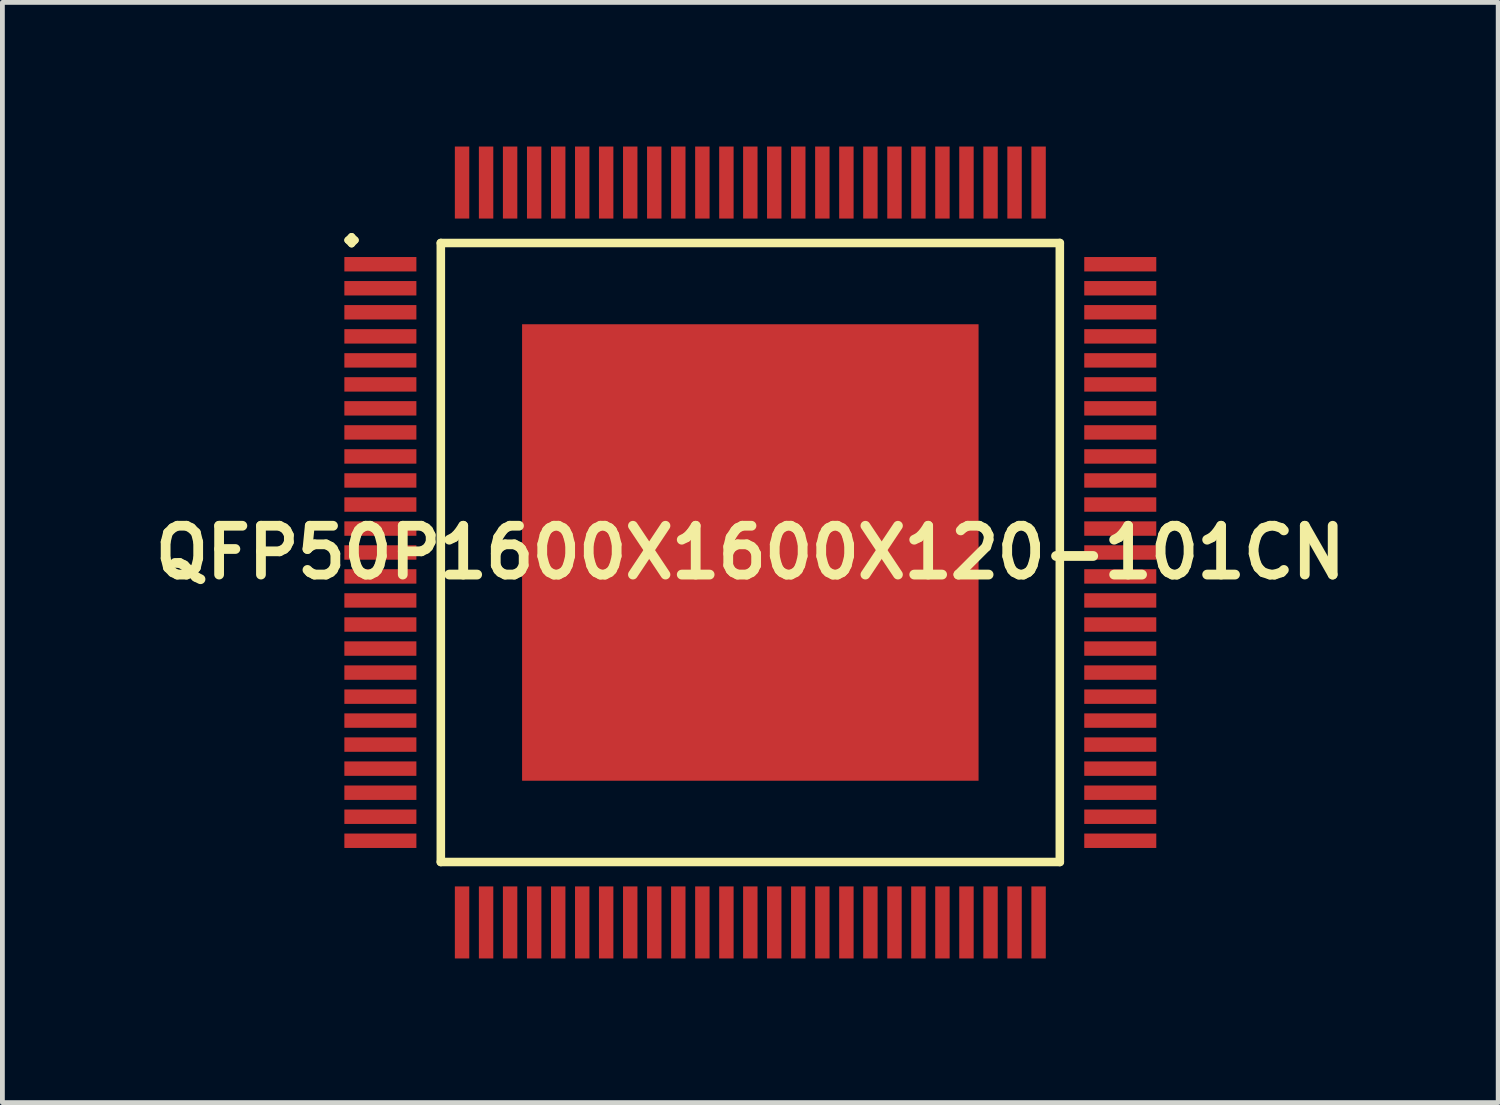
<source format=kicad_pcb>
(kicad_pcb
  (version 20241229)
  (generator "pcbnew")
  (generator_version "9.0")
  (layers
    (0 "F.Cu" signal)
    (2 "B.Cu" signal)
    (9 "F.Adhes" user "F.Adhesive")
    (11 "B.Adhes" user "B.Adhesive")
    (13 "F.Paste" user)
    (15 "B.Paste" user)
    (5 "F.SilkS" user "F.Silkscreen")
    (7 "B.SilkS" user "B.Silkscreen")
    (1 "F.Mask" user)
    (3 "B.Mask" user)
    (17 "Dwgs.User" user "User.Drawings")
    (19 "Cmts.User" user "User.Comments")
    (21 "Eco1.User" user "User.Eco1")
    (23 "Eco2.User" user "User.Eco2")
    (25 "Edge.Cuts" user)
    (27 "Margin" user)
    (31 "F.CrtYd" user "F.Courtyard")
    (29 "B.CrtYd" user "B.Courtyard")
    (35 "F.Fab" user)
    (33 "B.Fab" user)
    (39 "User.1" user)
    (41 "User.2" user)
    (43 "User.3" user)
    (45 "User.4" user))
  (footprint "QFP50P1600X1600X120-101CN"
    (layer "F.Cu")
    (at 12.565 8.448)
    (property "Reference" "QFP50P1600X1600X120-101CN" (at 0 0 0) (layer "F.SilkS") (effects (font (size 1.016 1.016) (thickness 0.203))))
    (attr smd)
    (fp_line (start -8.374 -6.5) (end -8.298 -6.574) (stroke (width 0.15) (type solid)) (layer "F.SilkS"))
    (fp_line (start -8.298 -6.574) (end -8.225 -6.5) (stroke (width 0.15) (type solid)) (layer "F.SilkS"))
    (fp_line (start -8.298 -6.424) (end -8.374 -6.5) (stroke (width 0.15) (type solid)) (layer "F.SilkS"))
    (fp_line (start -8.225 -6.5) (end -8.298 -6.424) (stroke (width 0.15) (type solid)) (layer "F.SilkS"))
    (fp_line (start -6.441 -6.441) (end -6.441 6.441) (stroke (width 0.178) (type solid)) (layer "F.SilkS"))
    (fp_line (start -6.441 6.441) (end 6.441 6.441) (stroke (width 0.178) (type solid)) (layer "F.SilkS"))
    (fp_line (start 6.441 -6.441) (end -6.441 -6.441) (stroke (width 0.178) (type solid)) (layer "F.SilkS"))
    (fp_line (start 6.441 6.441) (end 6.441 -6.441) (stroke (width 0.178) (type solid)) (layer "F.SilkS"))
    (pad "1" smd rect (at -7.699 -5.999) (size 1.499 0.3) (layers "F.Cu" "F.Mask" "F.Paste"))
    (pad "2" smd rect (at -7.699 -5.499) (size 1.499 0.3) (layers "F.Cu" "F.Mask" "F.Paste"))
    (pad "3" smd rect (at -7.699 -4.999) (size 1.499 0.3) (layers "F.Cu" "F.Mask" "F.Paste"))
    (pad "4" smd rect (at -7.699 -4.498) (size 1.499 0.3) (layers "F.Cu" "F.Mask" "F.Paste"))
    (pad "5" smd rect (at -7.699 -3.998) (size 1.499 0.3) (layers "F.Cu" "F.Mask" "F.Paste"))
    (pad "6" smd rect (at -7.699 -3.498) (size 1.499 0.3) (layers "F.Cu" "F.Mask" "F.Paste"))
    (pad "7" smd rect (at -7.699 -3) (size 1.499 0.3) (layers "F.Cu" "F.Mask" "F.Paste"))
    (pad "8" smd rect (at -7.699 -2.499) (size 1.499 0.3) (layers "F.Cu" "F.Mask" "F.Paste"))
    (pad "9" smd rect (at -7.699 -1.999) (size 1.499 0.3) (layers "F.Cu" "F.Mask" "F.Paste"))
    (pad "10" smd rect (at -7.699 -1.499) (size 1.499 0.3) (layers "F.Cu" "F.Mask" "F.Paste"))
    (pad "11" smd rect (at -7.699 -0.998) (size 1.499 0.3) (layers "F.Cu" "F.Mask" "F.Paste"))
    (pad "12" smd rect (at -7.699 -0.498) (size 1.499 0.3) (layers "F.Cu" "F.Mask" "F.Paste"))
    (pad "13" smd rect (at -7.699 0) (size 1.499 0.3) (layers "F.Cu" "F.Mask" "F.Paste"))
    (pad "14" smd rect (at -7.699 0.498) (size 1.499 0.3) (layers "F.Cu" "F.Mask" "F.Paste"))
    (pad "15" smd rect (at -7.699 0.998) (size 1.499 0.3) (layers "F.Cu" "F.Mask" "F.Paste"))
    (pad "16" smd rect (at -7.699 1.499) (size 1.499 0.3) (layers "F.Cu" "F.Mask" "F.Paste"))
    (pad "17" smd rect (at -7.699 1.999) (size 1.499 0.3) (layers "F.Cu" "F.Mask" "F.Paste"))
    (pad "18" smd rect (at -7.699 2.499) (size 1.499 0.3) (layers "F.Cu" "F.Mask" "F.Paste"))
    (pad "19" smd rect (at -7.699 3) (size 1.499 0.3) (layers "F.Cu" "F.Mask" "F.Paste"))
    (pad "20" smd rect (at -7.699 3.498) (size 1.499 0.3) (layers "F.Cu" "F.Mask" "F.Paste"))
    (pad "21" smd rect (at -7.699 3.998) (size 1.499 0.3) (layers "F.Cu" "F.Mask" "F.Paste"))
    (pad "22" smd rect (at -7.699 4.498) (size 1.499 0.3) (layers "F.Cu" "F.Mask" "F.Paste"))
    (pad "23" smd rect (at -7.699 4.999) (size 1.499 0.3) (layers "F.Cu" "F.Mask" "F.Paste"))
    (pad "24" smd rect (at -7.699 5.499) (size 1.499 0.3) (layers "F.Cu" "F.Mask" "F.Paste"))
    (pad "25" smd rect (at -7.699 5.999) (size 1.499 0.3) (layers "F.Cu" "F.Mask" "F.Paste"))
    (pad "26" smd rect (at -5.999 7.699) (size 0.3 1.499) (layers "F.Cu" "F.Mask" "F.Paste"))
    (pad "27" smd rect (at -5.499 7.699) (size 0.3 1.499) (layers "F.Cu" "F.Mask" "F.Paste"))
    (pad "28" smd rect (at -4.999 7.699) (size 0.3 1.499) (layers "F.Cu" "F.Mask" "F.Paste"))
    (pad "29" smd rect (at -4.498 7.699) (size 0.3 1.499) (layers "F.Cu" "F.Mask" "F.Paste"))
    (pad "30" smd rect (at -3.998 7.699) (size 0.3 1.499) (layers "F.Cu" "F.Mask" "F.Paste"))
    (pad "31" smd rect (at -3.498 7.699) (size 0.3 1.499) (layers "F.Cu" "F.Mask" "F.Paste"))
    (pad "32" smd rect (at -3 7.699) (size 0.3 1.499) (layers "F.Cu" "F.Mask" "F.Paste"))
    (pad "33" smd rect (at -2.499 7.699) (size 0.3 1.499) (layers "F.Cu" "F.Mask" "F.Paste"))
    (pad "34" smd rect (at -1.999 7.699) (size 0.3 1.499) (layers "F.Cu" "F.Mask" "F.Paste"))
    (pad "35" smd rect (at -1.499 7.699) (size 0.3 1.499) (layers "F.Cu" "F.Mask" "F.Paste"))
    (pad "36" smd rect (at -0.998 7.699) (size 0.3 1.499) (layers "F.Cu" "F.Mask" "F.Paste"))
    (pad "37" smd rect (at -0.498 7.699) (size 0.3 1.499) (layers "F.Cu" "F.Mask" "F.Paste"))
    (pad "38" smd rect (at 0 7.699) (size 0.3 1.499) (layers "F.Cu" "F.Mask" "F.Paste"))
    (pad "39" smd rect (at 0.498 7.699) (size 0.3 1.499) (layers "F.Cu" "F.Mask" "F.Paste"))
    (pad "40" smd rect (at 0.998 7.699) (size 0.3 1.499) (layers "F.Cu" "F.Mask" "F.Paste"))
    (pad "41" smd rect (at 1.499 7.699) (size 0.3 1.499) (layers "F.Cu" "F.Mask" "F.Paste"))
    (pad "42" smd rect (at 1.999 7.699) (size 0.3 1.499) (layers "F.Cu" "F.Mask" "F.Paste"))
    (pad "43" smd rect (at 2.499 7.699) (size 0.3 1.499) (layers "F.Cu" "F.Mask" "F.Paste"))
    (pad "44" smd rect (at 3 7.699) (size 0.3 1.499) (layers "F.Cu" "F.Mask" "F.Paste"))
    (pad "45" smd rect (at 3.498 7.699) (size 0.3 1.499) (layers "F.Cu" "F.Mask" "F.Paste"))
    (pad "46" smd rect (at 3.998 7.699) (size 0.3 1.499) (layers "F.Cu" "F.Mask" "F.Paste"))
    (pad "47" smd rect (at 4.498 7.699) (size 0.3 1.499) (layers "F.Cu" "F.Mask" "F.Paste"))
    (pad "48" smd rect (at 4.999 7.699) (size 0.3 1.499) (layers "F.Cu" "F.Mask" "F.Paste"))
    (pad "49" smd rect (at 5.499 7.699) (size 0.3 1.499) (layers "F.Cu" "F.Mask" "F.Paste"))
    (pad "50" smd rect (at 5.999 7.699) (size 0.3 1.499) (layers "F.Cu" "F.Mask" "F.Paste"))
    (pad "51" smd rect (at 7.699 5.999) (size 1.499 0.3) (layers "F.Cu" "F.Mask" "F.Paste"))
    (pad "52" smd rect (at 7.699 5.499) (size 1.499 0.3) (layers "F.Cu" "F.Mask" "F.Paste"))
    (pad "53" smd rect (at 7.699 4.999) (size 1.499 0.3) (layers "F.Cu" "F.Mask" "F.Paste"))
    (pad "54" smd rect (at 7.699 4.498) (size 1.499 0.3) (layers "F.Cu" "F.Mask" "F.Paste"))
    (pad "55" smd rect (at 7.699 3.998) (size 1.499 0.3) (layers "F.Cu" "F.Mask" "F.Paste"))
    (pad "56" smd rect (at 7.699 3.498) (size 1.499 0.3) (layers "F.Cu" "F.Mask" "F.Paste"))
    (pad "57" smd rect (at 7.699 3) (size 1.499 0.3) (layers "F.Cu" "F.Mask" "F.Paste"))
    (pad "58" smd rect (at 7.699 2.499) (size 1.499 0.3) (layers "F.Cu" "F.Mask" "F.Paste"))
    (pad "59" smd rect (at 7.699 1.999) (size 1.499 0.3) (layers "F.Cu" "F.Mask" "F.Paste"))
    (pad "60" smd rect (at 7.699 1.499) (size 1.499 0.3) (layers "F.Cu" "F.Mask" "F.Paste"))
    (pad "61" smd rect (at 7.699 0.998) (size 1.499 0.3) (layers "F.Cu" "F.Mask" "F.Paste"))
    (pad "62" smd rect (at 7.699 0.498) (size 1.499 0.3) (layers "F.Cu" "F.Mask" "F.Paste"))
    (pad "63" smd rect (at 7.699 0) (size 1.499 0.3) (layers "F.Cu" "F.Mask" "F.Paste"))
    (pad "64" smd rect (at 7.699 -0.498) (size 1.499 0.3) (layers "F.Cu" "F.Mask" "F.Paste"))
    (pad "65" smd rect (at 7.699 -0.998) (size 1.499 0.3) (layers "F.Cu" "F.Mask" "F.Paste"))
    (pad "66" smd rect (at 7.699 -1.499) (size 1.499 0.3) (layers "F.Cu" "F.Mask" "F.Paste"))
    (pad "67" smd rect (at 7.699 -1.999) (size 1.499 0.3) (layers "F.Cu" "F.Mask" "F.Paste"))
    (pad "68" smd rect (at 7.699 -2.499) (size 1.499 0.3) (layers "F.Cu" "F.Mask" "F.Paste"))
    (pad "69" smd rect (at 7.699 -3) (size 1.499 0.3) (layers "F.Cu" "F.Mask" "F.Paste"))
    (pad "70" smd rect (at 7.699 -3.498) (size 1.499 0.3) (layers "F.Cu" "F.Mask" "F.Paste"))
    (pad "71" smd rect (at 7.699 -3.998) (size 1.499 0.3) (layers "F.Cu" "F.Mask" "F.Paste"))
    (pad "72" smd rect (at 7.699 -4.498) (size 1.499 0.3) (layers "F.Cu" "F.Mask" "F.Paste"))
    (pad "73" smd rect (at 7.699 -4.999) (size 1.499 0.3) (layers "F.Cu" "F.Mask" "F.Paste"))
    (pad "74" smd rect (at 7.699 -5.499) (size 1.499 0.3) (layers "F.Cu" "F.Mask" "F.Paste"))
    (pad "75" smd rect (at 7.699 -5.999) (size 1.499 0.3) (layers "F.Cu" "F.Mask" "F.Paste"))
    (pad "76" smd rect (at 5.999 -7.699) (size 0.3 1.499) (layers "F.Cu" "F.Mask" "F.Paste"))
    (pad "77" smd rect (at 5.499 -7.699) (size 0.3 1.499) (layers "F.Cu" "F.Mask" "F.Paste"))
    (pad "78" smd rect (at 4.999 -7.699) (size 0.3 1.499) (layers "F.Cu" "F.Mask" "F.Paste"))
    (pad "79" smd rect (at 4.498 -7.699) (size 0.3 1.499) (layers "F.Cu" "F.Mask" "F.Paste"))
    (pad "80" smd rect (at 3.998 -7.699) (size 0.3 1.499) (layers "F.Cu" "F.Mask" "F.Paste"))
    (pad "81" smd rect (at 3.498 -7.699) (size 0.3 1.499) (layers "F.Cu" "F.Mask" "F.Paste"))
    (pad "82" smd rect (at 3 -7.699) (size 0.3 1.499) (layers "F.Cu" "F.Mask" "F.Paste"))
    (pad "83" smd rect (at 2.499 -7.699) (size 0.3 1.499) (layers "F.Cu" "F.Mask" "F.Paste"))
    (pad "84" smd rect (at 1.999 -7.699) (size 0.3 1.499) (layers "F.Cu" "F.Mask" "F.Paste"))
    (pad "85" smd rect (at 1.499 -7.699) (size 0.3 1.499) (layers "F.Cu" "F.Mask" "F.Paste"))
    (pad "86" smd rect (at 0.998 -7.699) (size 0.3 1.499) (layers "F.Cu" "F.Mask" "F.Paste"))
    (pad "87" smd rect (at 0.498 -7.699) (size 0.3 1.499) (layers "F.Cu" "F.Mask" "F.Paste"))
    (pad "88" smd rect (at 0 -7.699) (size 0.3 1.499) (layers "F.Cu" "F.Mask" "F.Paste"))
    (pad "89" smd rect (at -0.498 -7.699) (size 0.3 1.499) (layers "F.Cu" "F.Mask" "F.Paste"))
    (pad "90" smd rect (at -0.998 -7.699) (size 0.3 1.499) (layers "F.Cu" "F.Mask" "F.Paste"))
    (pad "91" smd rect (at -1.499 -7.699) (size 0.3 1.499) (layers "F.Cu" "F.Mask" "F.Paste"))
    (pad "92" smd rect (at -1.999 -7.699) (size 0.3 1.499) (layers "F.Cu" "F.Mask" "F.Paste"))
    (pad "93" smd rect (at -2.499 -7.699) (size 0.3 1.499) (layers "F.Cu" "F.Mask" "F.Paste"))
    (pad "94" smd rect (at -3 -7.699) (size 0.3 1.499) (layers "F.Cu" "F.Mask" "F.Paste"))
    (pad "95" smd rect (at -3.498 -7.699) (size 0.3 1.499) (layers "F.Cu" "F.Mask" "F.Paste"))
    (pad "96" smd rect (at -3.998 -7.699) (size 0.3 1.499) (layers "F.Cu" "F.Mask" "F.Paste"))
    (pad "97" smd rect (at -4.498 -7.699) (size 0.3 1.499) (layers "F.Cu" "F.Mask" "F.Paste"))
    (pad "98" smd rect (at -4.999 -7.699) (size 0.3 1.499) (layers "F.Cu" "F.Mask" "F.Paste"))
    (pad "99" smd rect (at -5.499 -7.699) (size 0.3 1.499) (layers "F.Cu" "F.Mask" "F.Paste"))
    (pad "100" smd rect (at -5.999 -7.699) (size 0.3 1.499) (layers "F.Cu" "F.Mask" "F.Paste"))
    (pad "101" smd rect (at 0 0) (size 9.5 9.5) (layers "F.Cu" "F.Mask" "F.Paste")))
  (gr_rect
    (start -3 -3)
    (end 28.129 19.896)
    (stroke (width 0.1) (type default))
    (fill no)
    (layer "Edge.Cuts")))
</source>
